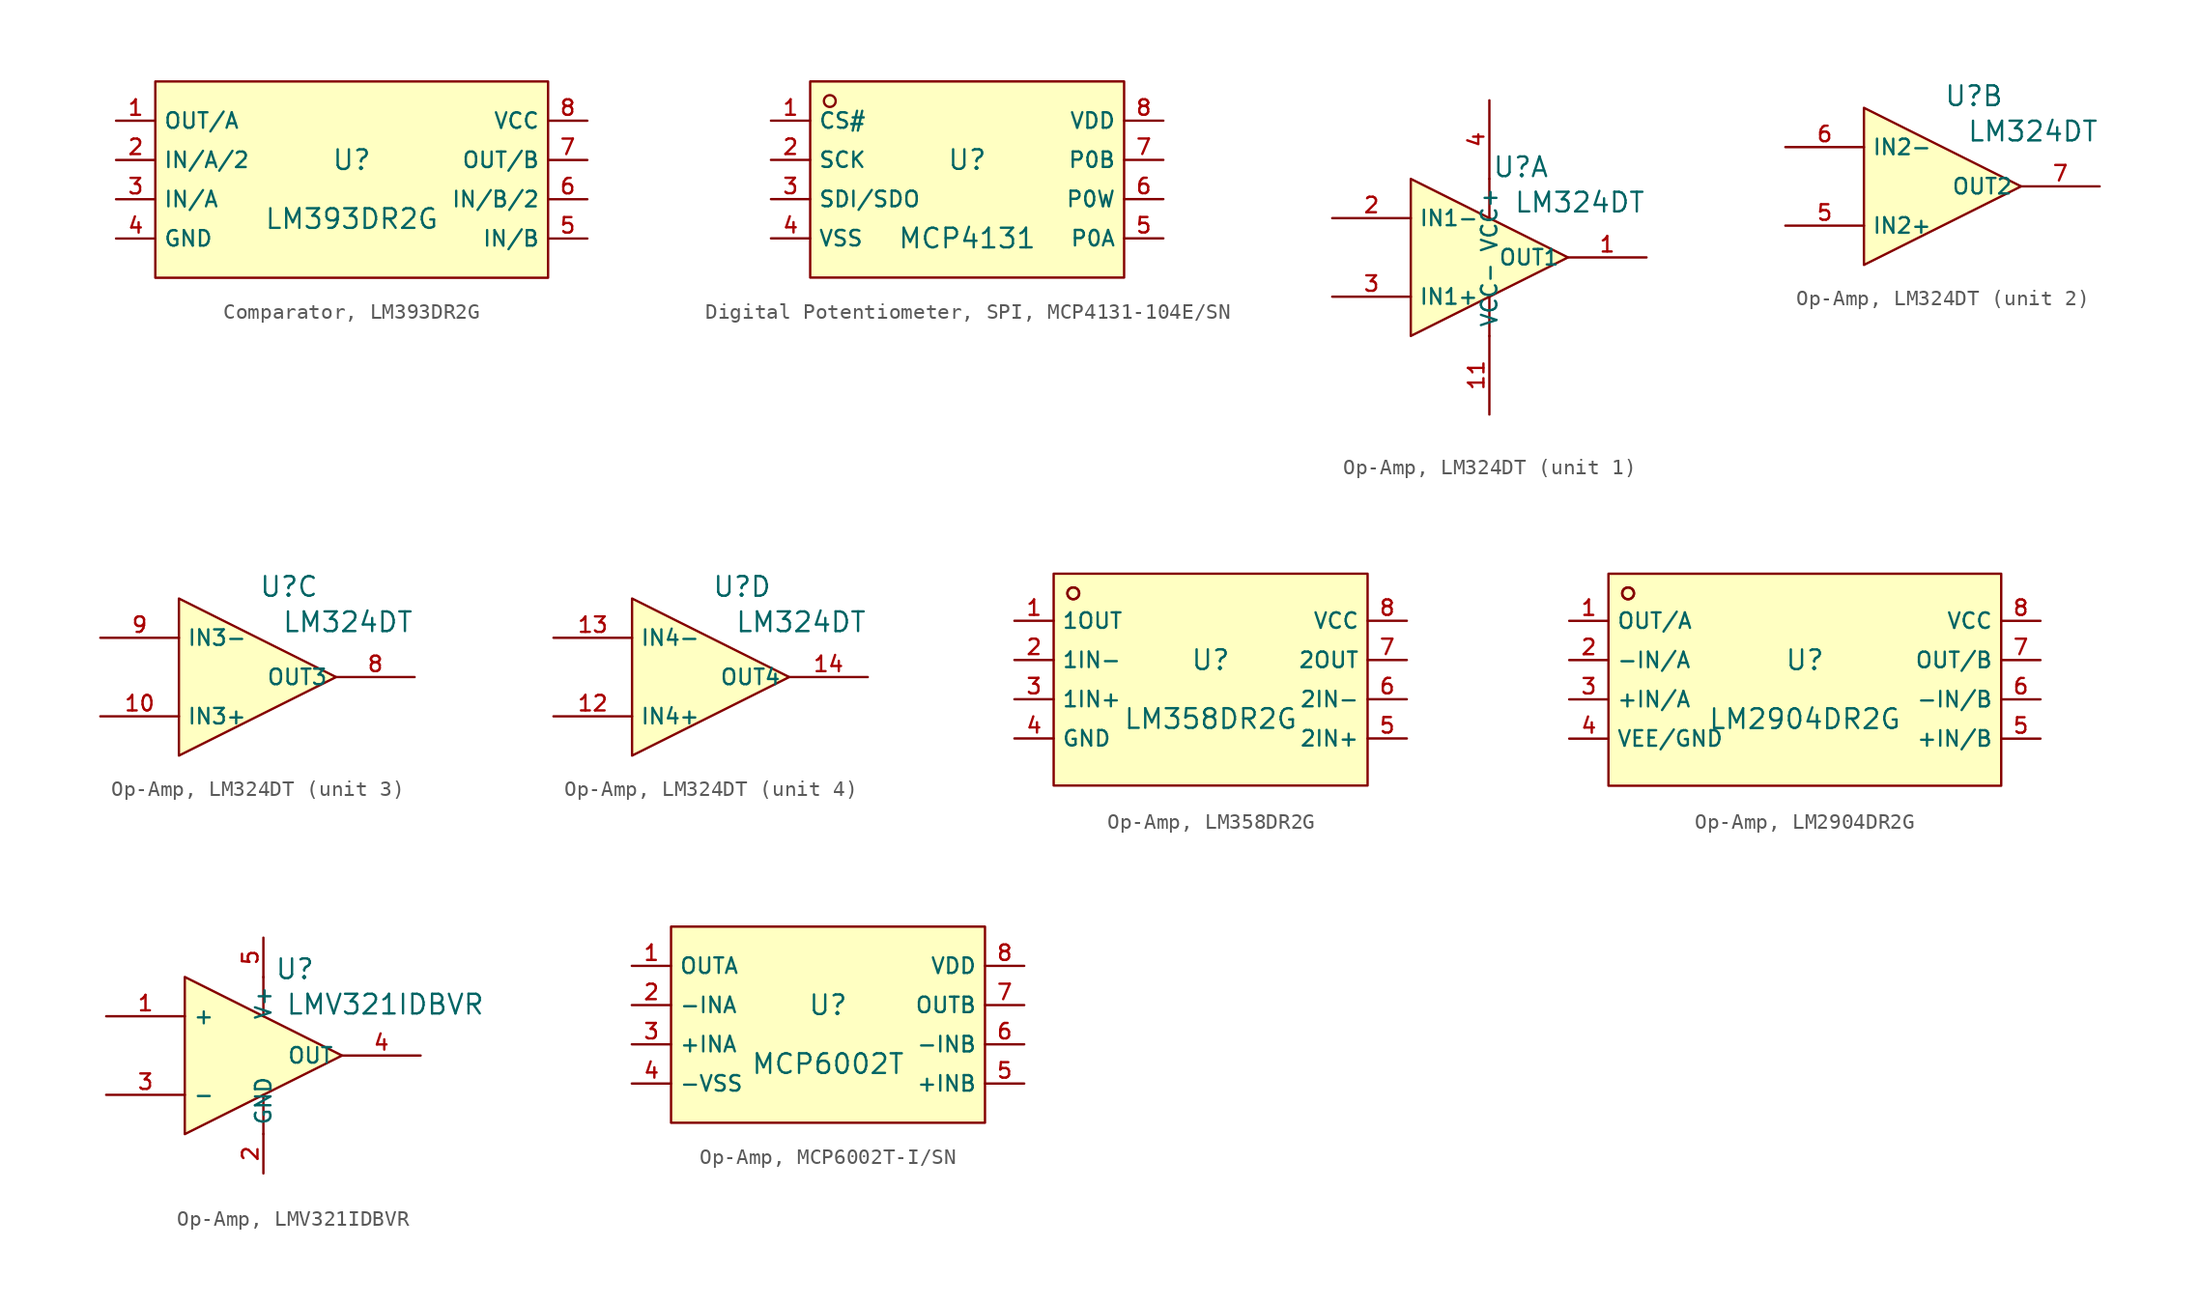
<source format=kicad_sym>
(kicad_symbol_lib
  (version 20231120)
  (generator "kicad_symbol_editor")
  (generator_version "8.0")
  (symbol "Comparator, LM393DR2G"
    (property "Reference" "U"
      (at 0 2.54 0)
      (effects (font (size 1.27 1.27))))
    (property "Value" "LM393DR2G"
      (at 0 -1.27 0)
      (effects (font (size 1.27 1.27))))
    (symbol "Comparator, LM393DR2G_0_1"
      (rectangle (start -12.7 7.62) (end 12.7 -5.08) (stroke (width 0) (type default)) (fill (type background)))
      (pin unspecified line (at -15.24 5.08 0) (length 2.54) (name "OUT/A" (effects (font (size 1 1)))) (number "1" (effects (font (size 1 1)))))
      (pin unspecified line (at -15.24 2.54 0) (length 2.54) (name "IN/A/2" (effects (font (size 1 1)))) (number "2" (effects (font (size 1 1)))))
      (pin unspecified line (at -15.24 0 0) (length 2.54) (name "IN/A" (effects (font (size 1 1)))) (number "3" (effects (font (size 1 1)))))
      (pin unspecified line (at -15.24 -2.54 0) (length 2.54) (name "GND" (effects (font (size 1 1)))) (number "4" (effects (font (size 1 1)))))
      (pin unspecified line (at 15.24 -2.54 180) (length 2.54) (name "IN/B" (effects (font (size 1 1)))) (number "5" (effects (font (size 1 1)))))
      (pin unspecified line (at 15.24 0 180) (length 2.54) (name "IN/B/2" (effects (font (size 1 1)))) (number "6" (effects (font (size 1 1)))))
      (pin unspecified line (at 15.24 2.54 180) (length 2.54) (name "OUT/B" (effects (font (size 1 1)))) (number "7" (effects (font (size 1 1)))))
      (pin unspecified line (at 15.24 5.08 180) (length 2.54) (name "VCC" (effects (font (size 1 1)))) (number "8" (effects (font (size 1 1)))))))
  (symbol "Digital Potentiometer, SPI, MCP4131-104E/SN"
    (property "Reference" "U"
      (at 0 2.54 0)
      (effects (font (size 1.27 1.27))))
    (property "Value" "MCP4131"
      (at 0 -2.54 0)
      (effects (font (size 1.27 1.27))))
    (symbol "Digital Potentiometer, SPI, MCP4131-104E/SN_0_1"
      (rectangle (start -10.16 7.62) (end 10.16 -5.08) (stroke (width 0) (type default)) (fill (type background)))
      (circle (center -8.89 6.35) (radius 0.381) (stroke (width 0) (type default)) (fill (type background)))
      (pin unspecified line (at -12.7 5.08 0) (length 2.54) (name "CS#" (effects (font (size 1 1)))) (number "1" (effects (font (size 1 1)))))
      (pin unspecified line (at -12.7 2.54 0) (length 2.54) (name "SCK" (effects (font (size 1 1)))) (number "2" (effects (font (size 1 1)))))
      (pin unspecified line (at -12.7 0 0) (length 2.54) (name "SDI/SDO" (effects (font (size 1 1)))) (number "3" (effects (font (size 1 1)))))
      (pin unspecified line (at -12.7 -2.54 0) (length 2.54) (name "VSS" (effects (font (size 1 1)))) (number "4" (effects (font (size 1 1)))))
      (pin unspecified line (at 12.7 -2.54 180) (length 2.54) (name "P0A" (effects (font (size 1 1)))) (number "5" (effects (font (size 1 1)))))
      (pin unspecified line (at 12.7 0 180) (length 2.54) (name "P0W" (effects (font (size 1 1)))) (number "6" (effects (font (size 1 1)))))
      (pin unspecified line (at 12.7 2.54 180) (length 2.54) (name "P0B" (effects (font (size 1 1)))) (number "7" (effects (font (size 1 1)))))
      (pin unspecified line (at 12.7 5.08 180) (length 2.54) (name "VDD" (effects (font (size 1 1)))) (number "8" (effects (font (size 1 1)))))))
  (symbol "Op-Amp, LM324DT"
    (property "Reference" "U"
      (at 2.032 5.842 0)
      (effects (font (size 1.27 1.27))))
    (property "Value" "LM324DT"
      (at 5.842 3.556 0)
      (effects (font (size 1.27 1.27))))
    (symbol "Op-Amp, LM324DT_1_1"
      (polyline (pts (xy 0 -5.08) (xy 0 -2.54)) (stroke (width 0) (type default)) (fill (type none)))
      (polyline (pts (xy 0 2.54) (xy 0 5.08)) (stroke (width 0) (type default)) (fill (type none)))
      (polyline (pts (xy -5.08 -5.08) (xy 5.08 0) (xy -5.08 5.08) (xy -5.08 -5.08)) (stroke (width 0) (type default)) (fill (type background)))
      (pin unspecified line (at 10.16 0 180) (length 5.08) (name "OUT1" (effects (font (size 1 1)))) (number "1" (effects (font (size 1 1)))))
      (pin unspecified line (at 0 -10.16 90) (length 5.08) (name "VCC-" (effects (font (size 1 1)))) (number "11" (effects (font (size 1 1)))))
      (pin unspecified line (at -10.16 2.54 0) (length 5.08) (name "IN1-" (effects (font (size 1 1)))) (number "2" (effects (font (size 1 1)))))
      (pin unspecified line (at -10.16 -2.54 0) (length 5.08) (name "IN1+" (effects (font (size 1 1)))) (number "3" (effects (font (size 1 1)))))
      (pin unspecified line (at 0 10.16 270) (length 5.08) (name "VCC+" (effects (font (size 1 1)))) (number "4" (effects (font (size 1 1))))))
    (symbol "Op-Amp, LM324DT_2_1"
      (polyline (pts (xy -5.08 -5.08) (xy 5.08 0) (xy -5.08 5.08) (xy -5.08 -5.08)) (stroke (width 0) (type default)) (fill (type background)))
      (pin unspecified line (at -10.16 -2.54 0) (length 5.08) (name "IN2+" (effects (font (size 1 1)))) (number "5" (effects (font (size 1 1)))))
      (pin unspecified line (at -10.16 2.54 0) (length 5.08) (name "IN2-" (effects (font (size 1 1)))) (number "6" (effects (font (size 1 1)))))
      (pin unspecified line (at 10.16 0 180) (length 5.08) (name "OUT2" (effects (font (size 1 1)))) (number "7" (effects (font (size 1 1))))))
    (symbol "Op-Amp, LM324DT_3_1"
      (polyline (pts (xy -5.08 -5.08) (xy 5.08 0) (xy -5.08 5.08) (xy -5.08 -5.08)) (stroke (width 0) (type default)) (fill (type background)))
      (pin unspecified line (at -10.16 -2.54 0) (length 5.08) (name "IN3+" (effects (font (size 1 1)))) (number "10" (effects (font (size 1 1)))))
      (pin unspecified line (at 10.16 0 180) (length 5.08) (name "OUT3" (effects (font (size 1 1)))) (number "8" (effects (font (size 1 1)))))
      (pin unspecified line (at -10.16 2.54 0) (length 5.08) (name "IN3-" (effects (font (size 1 1)))) (number "9" (effects (font (size 1 1))))))
    (symbol "Op-Amp, LM324DT_4_1"
      (polyline (pts (xy -5.08 -5.08) (xy 5.08 0) (xy -5.08 5.08) (xy -5.08 -5.08)) (stroke (width 0) (type default)) (fill (type background)))
      (pin unspecified line (at -10.16 -2.54 0) (length 5.08) (name "IN4+" (effects (font (size 1 1)))) (number "12" (effects (font (size 1 1)))))
      (pin unspecified line (at -10.16 2.54 0) (length 5.08) (name "IN4-" (effects (font (size 1 1)))) (number "13" (effects (font (size 1 1)))))
      (pin unspecified line (at 10.16 0 180) (length 5.08) (name "OUT4" (effects (font (size 1 1)))) (number "14" (effects (font (size 1 1)))))))
  (symbol "Op-Amp, LM358DR2G"
    (property "Reference" "U"
      (at 0 2.54 0)
      (effects (font (size 1.27 1.27))))
    (property "Value" "LM358DR2G"
      (at 0 -1.27 0)
      (effects (font (size 1.27 1.27))))
    (symbol "Op-Amp, LM358DR2G_0_1"
      (rectangle (start -10.16 8.128) (end 10.16 -5.588) (stroke (width 0) (type default)) (fill (type background)))
      (circle (center -8.89 6.858) (radius 0.381) (stroke (width 0) (type default)) (fill (type background)))
      (circle (center -8.89 6.858) (radius 0.381) (stroke (width 0) (type default)) (fill (type background)))
      (pin unspecified line (at -12.7 5.08 0) (length 2.54) (name "1OUT" (effects (font (size 1 1)))) (number "1" (effects (font (size 1 1)))))
      (pin unspecified line (at -12.7 2.54 0) (length 2.54) (name "1IN-" (effects (font (size 1 1)))) (number "2" (effects (font (size 1 1)))))
      (pin unspecified line (at -12.7 0 0) (length 2.54) (name "1IN+" (effects (font (size 1 1)))) (number "3" (effects (font (size 1 1)))))
      (pin unspecified line (at -12.7 -2.54 0) (length 2.54) (name "GND" (effects (font (size 1 1)))) (number "4" (effects (font (size 1 1)))))
      (pin unspecified line (at 12.7 -2.54 180) (length 2.54) (name "2IN+" (effects (font (size 1 1)))) (number "5" (effects (font (size 1 1)))))
      (pin unspecified line (at 12.7 0 180) (length 2.54) (name "2IN-" (effects (font (size 1 1)))) (number "6" (effects (font (size 1 1)))))
      (pin unspecified line (at 12.7 2.54 180) (length 2.54) (name "2OUT" (effects (font (size 1 1)))) (number "7" (effects (font (size 1 1)))))
      (pin unspecified line (at 12.7 5.08 180) (length 2.54) (name "VCC" (effects (font (size 1 1)))) (number "8" (effects (font (size 1 1)))))))
  (symbol "Op-Amp, LM2904DR2G"
    (property "Reference" "U"
      (at 0 2.54 0)
      (effects (font (size 1.27 1.27))))
    (property "Value" "LM2904DR2G"
      (at 0 -1.27 0)
      (effects (font (size 1.27 1.27))))
    (symbol "Op-Amp, LM2904DR2G_0_1"
      (rectangle (start -12.7 8.128) (end 12.7 -5.588) (stroke (width 0) (type default)) (fill (type background)))
      (circle (center -11.43 6.858) (radius 0.381) (stroke (width 0) (type default)) (fill (type background)))
      (circle (center -11.43 6.858) (radius 0.381) (stroke (width 0) (type default)) (fill (type background)))
      (pin unspecified line (at -15.24 5.08 0) (length 2.54) (name "OUT/A" (effects (font (size 1 1)))) (number "1" (effects (font (size 1 1)))))
      (pin unspecified line (at -15.24 2.54 0) (length 2.54) (name "-IN/A" (effects (font (size 1 1)))) (number "2" (effects (font (size 1 1)))))
      (pin unspecified line (at -15.24 0 0) (length 2.54) (name "+IN/A" (effects (font (size 1 1)))) (number "3" (effects (font (size 1 1)))))
      (pin unspecified line (at -15.24 -2.54 0) (length 2.54) (name "VEE/GND" (effects (font (size 1 1)))) (number "4" (effects (font (size 1 1)))))
      (pin unspecified line (at 15.24 -2.54 180) (length 2.54) (name "+IN/B" (effects (font (size 1 1)))) (number "5" (effects (font (size 1 1)))))
      (pin unspecified line (at 15.24 0 180) (length 2.54) (name "-IN/B" (effects (font (size 1 1)))) (number "6" (effects (font (size 1 1)))))
      (pin unspecified line (at 15.24 2.54 180) (length 2.54) (name "OUT/B" (effects (font (size 1 1)))) (number "7" (effects (font (size 1 1)))))
      (pin unspecified line (at 15.24 5.08 180) (length 2.54) (name "VCC" (effects (font (size 1 1)))) (number "8" (effects (font (size 1 1)))))))
  (symbol "Op-Amp, LMV321IDBVR"
    (property "Reference" "U"
      (at 2.032 5.588 0)
      (effects (font (size 1.27 1.27))))
    (property "Value" "LMV321IDBVR"
      (at 7.874 3.302 0)
      (effects (font (size 1.27 1.27))))
    (symbol "Op-Amp, LMV321IDBVR_0_1"
      (pin input line (at -10.16 2.54 0) (length 5.08) (name "+" (effects (font (size 1 1)))) (number "1" (effects (font (size 1 1)))))
      (pin input line (at -10.16 -2.54 0) (length 5.08) (name "-" (effects (font (size 1 1)))) (number "3" (effects (font (size 1 1)))))
      (pin output line (at 10.16 0 180) (length 5.08) (name "OUT" (effects (font (size 1 1)))) (number "4" (effects (font (size 1 1))))))
    (symbol "Op-Amp, LMV321IDBVR_1_1"
      (polyline (pts (xy 0 -5.08) (xy 0 -2.54)) (stroke (width 0) (type default)) (fill (type none)))
      (polyline (pts (xy 0 2.54) (xy 0 5.08)) (stroke (width 0) (type default)) (fill (type none)))
      (polyline (pts (xy -5.08 5.08) (xy 5.08 0) (xy -5.08 -5.08) (xy -5.08 5.08)) (stroke (width 0) (type default)) (fill (type background)))
      (pin unspecified line (at 0 -7.62 90) (length 2.56) (name "GND" (effects (font (size 1 1)))) (number "2" (effects (font (size 1 1)))))
      (pin unspecified line (at 0 7.62 270) (length 2.56) (name "V+" (effects (font (size 1 1)))) (number "5" (effects (font (size 1 1)))))))
  (symbol "Op-Amp, MCP6002T-I/SN"
    (property "Reference" "U"
      (at 0 2.54 0)
      (effects (font (size 1.27 1.27))))
    (property "Value" "MCP6002T"
      (at 0 -1.27 0)
      (effects (font (size 1.27 1.27))))
    (symbol "Op-Amp, MCP6002T-I/SN_0_1"
      (rectangle (start -10.16 7.62) (end 10.16 -5.08) (stroke (width 0) (type default)) (fill (type background)))
      (pin unspecified line (at -12.7 5.08 0) (length 2.54) (name "OUTA" (effects (font (size 1 1)))) (number "1" (effects (font (size 1 1)))))
      (pin unspecified line (at -12.7 2.54 0) (length 2.54) (name "-INA" (effects (font (size 1 1)))) (number "2" (effects (font (size 1 1)))))
      (pin unspecified line (at -12.7 0 0) (length 2.54) (name "+INA" (effects (font (size 1 1)))) (number "3" (effects (font (size 1 1)))))
      (pin unspecified line (at -12.7 -2.54 0) (length 2.54) (name "-VSS" (effects (font (size 1 1)))) (number "4" (effects (font (size 1 1)))))
      (pin unspecified line (at 12.7 -2.54 180) (length 2.54) (name "+INB" (effects (font (size 1 1)))) (number "5" (effects (font (size 1 1)))))
      (pin unspecified line (at 12.7 0 180) (length 2.54) (name "-INB" (effects (font (size 1 1)))) (number "6" (effects (font (size 1 1)))))
      (pin unspecified line (at 12.7 2.54 180) (length 2.54) (name "OUTB" (effects (font (size 1 1)))) (number "7" (effects (font (size 1 1)))))
      (pin unspecified line (at 12.7 5.08 180) (length 2.54) (name "VDD" (effects (font (size 1 1)))) (number "8" (effects (font (size 1 1))))))))
</source>
